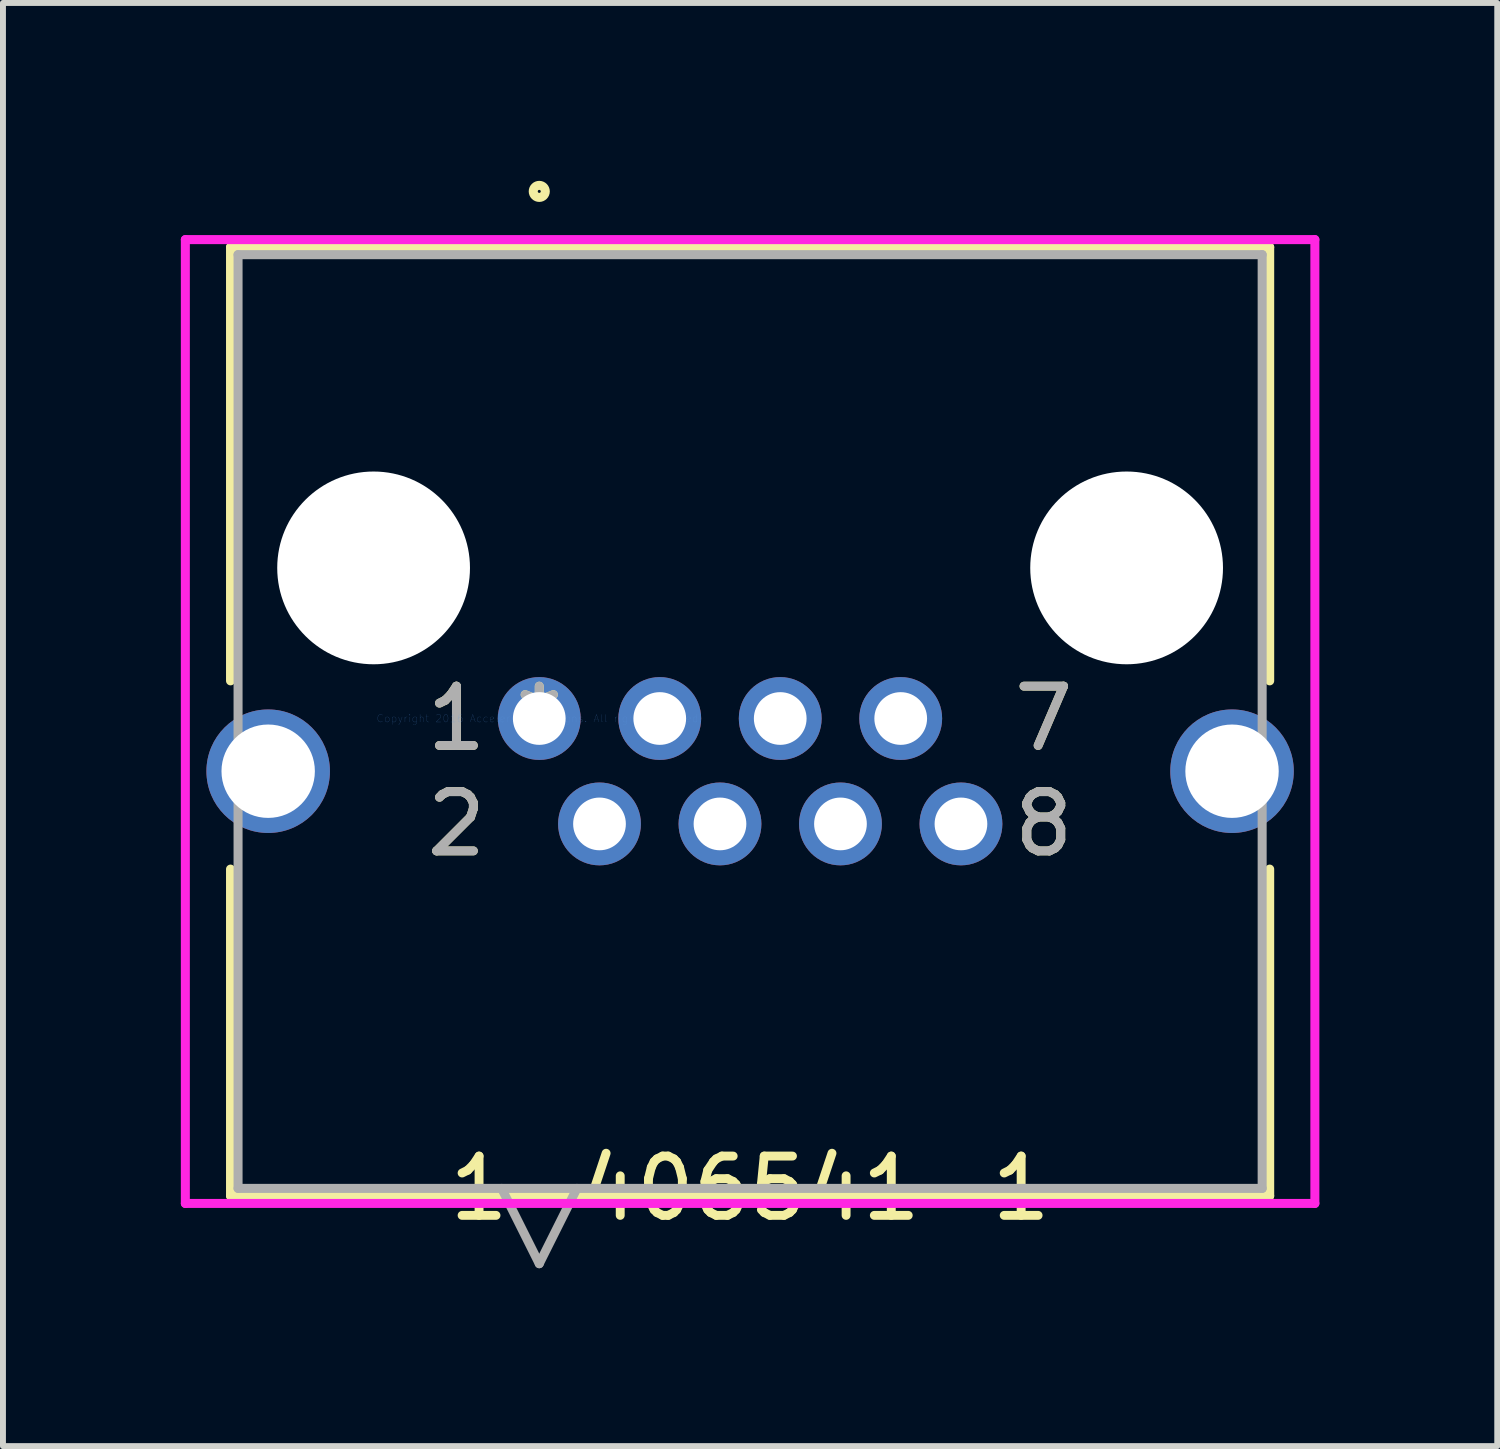
<source format=kicad_pcb>
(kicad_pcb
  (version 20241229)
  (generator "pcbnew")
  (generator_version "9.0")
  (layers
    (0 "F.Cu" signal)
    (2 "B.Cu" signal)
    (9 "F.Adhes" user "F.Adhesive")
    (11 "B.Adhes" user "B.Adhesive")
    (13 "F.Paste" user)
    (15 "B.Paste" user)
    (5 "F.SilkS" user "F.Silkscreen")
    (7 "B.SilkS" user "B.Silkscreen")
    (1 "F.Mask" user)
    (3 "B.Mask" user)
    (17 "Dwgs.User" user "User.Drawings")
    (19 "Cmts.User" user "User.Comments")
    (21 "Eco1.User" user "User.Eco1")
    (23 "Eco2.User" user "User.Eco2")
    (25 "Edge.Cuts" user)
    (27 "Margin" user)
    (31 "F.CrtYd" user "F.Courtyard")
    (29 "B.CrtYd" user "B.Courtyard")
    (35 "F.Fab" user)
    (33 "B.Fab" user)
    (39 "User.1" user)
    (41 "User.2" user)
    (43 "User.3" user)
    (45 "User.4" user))
  (footprint "1-406541-1"
    (layer "F.Cu")
    (at 6.045 9.068)
    (property "Reference" "1-406541-1" (at 3.556 7.925 0) (layer "F.SilkS") (effects (font (size 1 1) (thickness 0.15))))
    (attr through_hole)
    (fp_line (start -5.207 -7.95) (end -5.207 -0.635) (stroke (width 0.152) (type solid)) (layer "F.SilkS"))
    (fp_line (start -5.207 8.052) (end -5.207 2.54) (stroke (width 0.152) (type solid)) (layer "F.SilkS"))
    (fp_line (start -5.207 8.052) (end 12.319 8.052) (stroke (width 0.152) (type solid)) (layer "F.SilkS"))
    (fp_line (start 12.319 -7.95) (end -5.207 -7.95) (stroke (width 0.152) (type solid)) (layer "F.SilkS"))
    (fp_line (start 12.319 -0.635) (end 12.319 -7.95) (stroke (width 0.152) (type solid)) (layer "F.SilkS"))
    (fp_line (start 12.319 8.052) (end 12.319 2.54) (stroke (width 0.152) (type solid)) (layer "F.SilkS"))
    (fp_arc (start -0.1016 -8.89) (mid 0.1016 -8.89) (end -0.1016 -8.89) (stroke (width 0.1524) (type solid)) (layer "F.SilkS"))
    (fp_line (start -5.969 -8.077) (end -5.969 8.179) (stroke (width 0.152) (type solid)) (layer "F.CrtYd"))
    (fp_line (start -5.969 8.179) (end 13.081 8.179) (stroke (width 0.152) (type solid)) (layer "F.CrtYd"))
    (fp_line (start 13.081 -8.077) (end -5.969 -8.077) (stroke (width 0.152) (type solid)) (layer "F.CrtYd"))
    (fp_line (start 13.081 8.179) (end 13.081 -8.077) (stroke (width 0.152) (type solid)) (layer "F.CrtYd"))
    (fp_line (start -5.08 -7.823) (end -5.08 7.925) (stroke (width 0.152) (type solid)) (layer "F.Fab"))
    (fp_line (start -5.08 7.925) (end 12.192 7.925) (stroke (width 0.152) (type solid)) (layer "F.Fab"))
    (fp_line (start -0.635 7.925) (end 0 9.195) (stroke (width 0.152) (type solid)) (layer "F.Fab"))
    (fp_line (start 0.635 7.925) (end 0 9.195) (stroke (width 0.152) (type solid)) (layer "F.Fab"))
    (fp_line (start 12.192 -7.823) (end -5.08 -7.823) (stroke (width 0.152) (type solid)) (layer "F.Fab"))
    (fp_line (start 12.192 7.925) (end 12.192 -7.823) (stroke (width 0.152) (type solid)) (layer "F.Fab"))
    (fp_text user "*" (at 0 0 0) (layer "F.SilkS") (effects (font (size 1 1) (thickness 0.15))))
    (fp_text user "2" (at -1.397 1.778 0) (layer "F.SilkS") (effects (font (size 1 1) (thickness 0.15))))
    (fp_text user "8" (at 8.509 1.778 0) (layer "F.SilkS") (effects (font (size 1 1) (thickness 0.15))))
    (fp_text user "1" (at -1.397 0 0) (layer "F.SilkS") (effects (font (size 1 1) (thickness 0.15))))
    (fp_text user "7" (at 8.509 0 0) (layer "F.SilkS") (effects (font (size 1 1) (thickness 0.15))))
    (fp_text user "Copyright 2016 Accelerated Designs. All rights reserved." (at 0 0 0) (layer "Cmts.User") (effects (font (size 0.127 0.127) (thickness 0.002))))
    (fp_text user "8" (at 8.509 1.778 0) (layer "F.Fab") (effects (font (size 1 1) (thickness 0.15))))
    (fp_text user "2" (at -1.397 1.778 0) (layer "F.Fab") (effects (font (size 1 1) (thickness 0.15))))
    (fp_text user "1" (at -1.397 0 0) (layer "F.Fab") (effects (font (size 1 1) (thickness 0.15))))
    (fp_text user "*" (at 0 0 0) (layer "F.Fab") (effects (font (size 1 1) (thickness 0.15))))
    (fp_text user "7" (at 8.509 0 0) (layer "F.Fab") (effects (font (size 1 1) (thickness 0.15))))
    (pad "" np_thru_hole circle (at -2.794 -2.54) (size 3.251 3.251) (drill 3.251) (layers "*.Cu" "*.Mask"))
    (pad "" np_thru_hole circle (at 9.906 -2.54) (size 3.251 3.251) (drill 3.251) (layers "*.Cu" "*.Mask"))
    (pad "1" thru_hole circle (at 0 0) (size 1.397 1.397) (drill 0.889) (layers "*.Cu" "*.Mask"))
    (pad "2" thru_hole circle (at 1.016 1.778) (size 1.397 1.397) (drill 0.889) (layers "*.Cu" "*.Mask"))
    (pad "3" thru_hole circle (at 2.032 0) (size 1.397 1.397) (drill 0.889) (layers "*.Cu" "*.Mask"))
    (pad "4" thru_hole circle (at 3.048 1.778) (size 1.397 1.397) (drill 0.889) (layers "*.Cu" "*.Mask"))
    (pad "5" thru_hole circle (at 4.064 0) (size 1.397 1.397) (drill 0.889) (layers "*.Cu" "*.Mask"))
    (pad "6" thru_hole circle (at 5.08 1.778) (size 1.397 1.397) (drill 0.889) (layers "*.Cu" "*.Mask"))
    (pad "7" thru_hole circle (at 6.096 0) (size 1.397 1.397) (drill 0.889) (layers "*.Cu" "*.Mask"))
    (pad "8" thru_hole circle (at 7.112 1.778) (size 1.397 1.397) (drill 0.889) (layers "*.Cu" "*.Mask"))
    (pad "9" thru_hole circle (at -4.572 0.889) (size 2.083 2.083) (drill 1.575) (layers "*.Cu" "*.Mask"))
    (pad "10" thru_hole circle (at 11.684 0.889) (size 2.083 2.083) (drill 1.575) (layers "*.Cu" "*.Mask")))
  (gr_rect
    (start -3 -3)
    (end 22.202 21.339)
    (stroke (width 0.1) (type default))
    (fill no)
    (layer "Edge.Cuts")))
</source>
